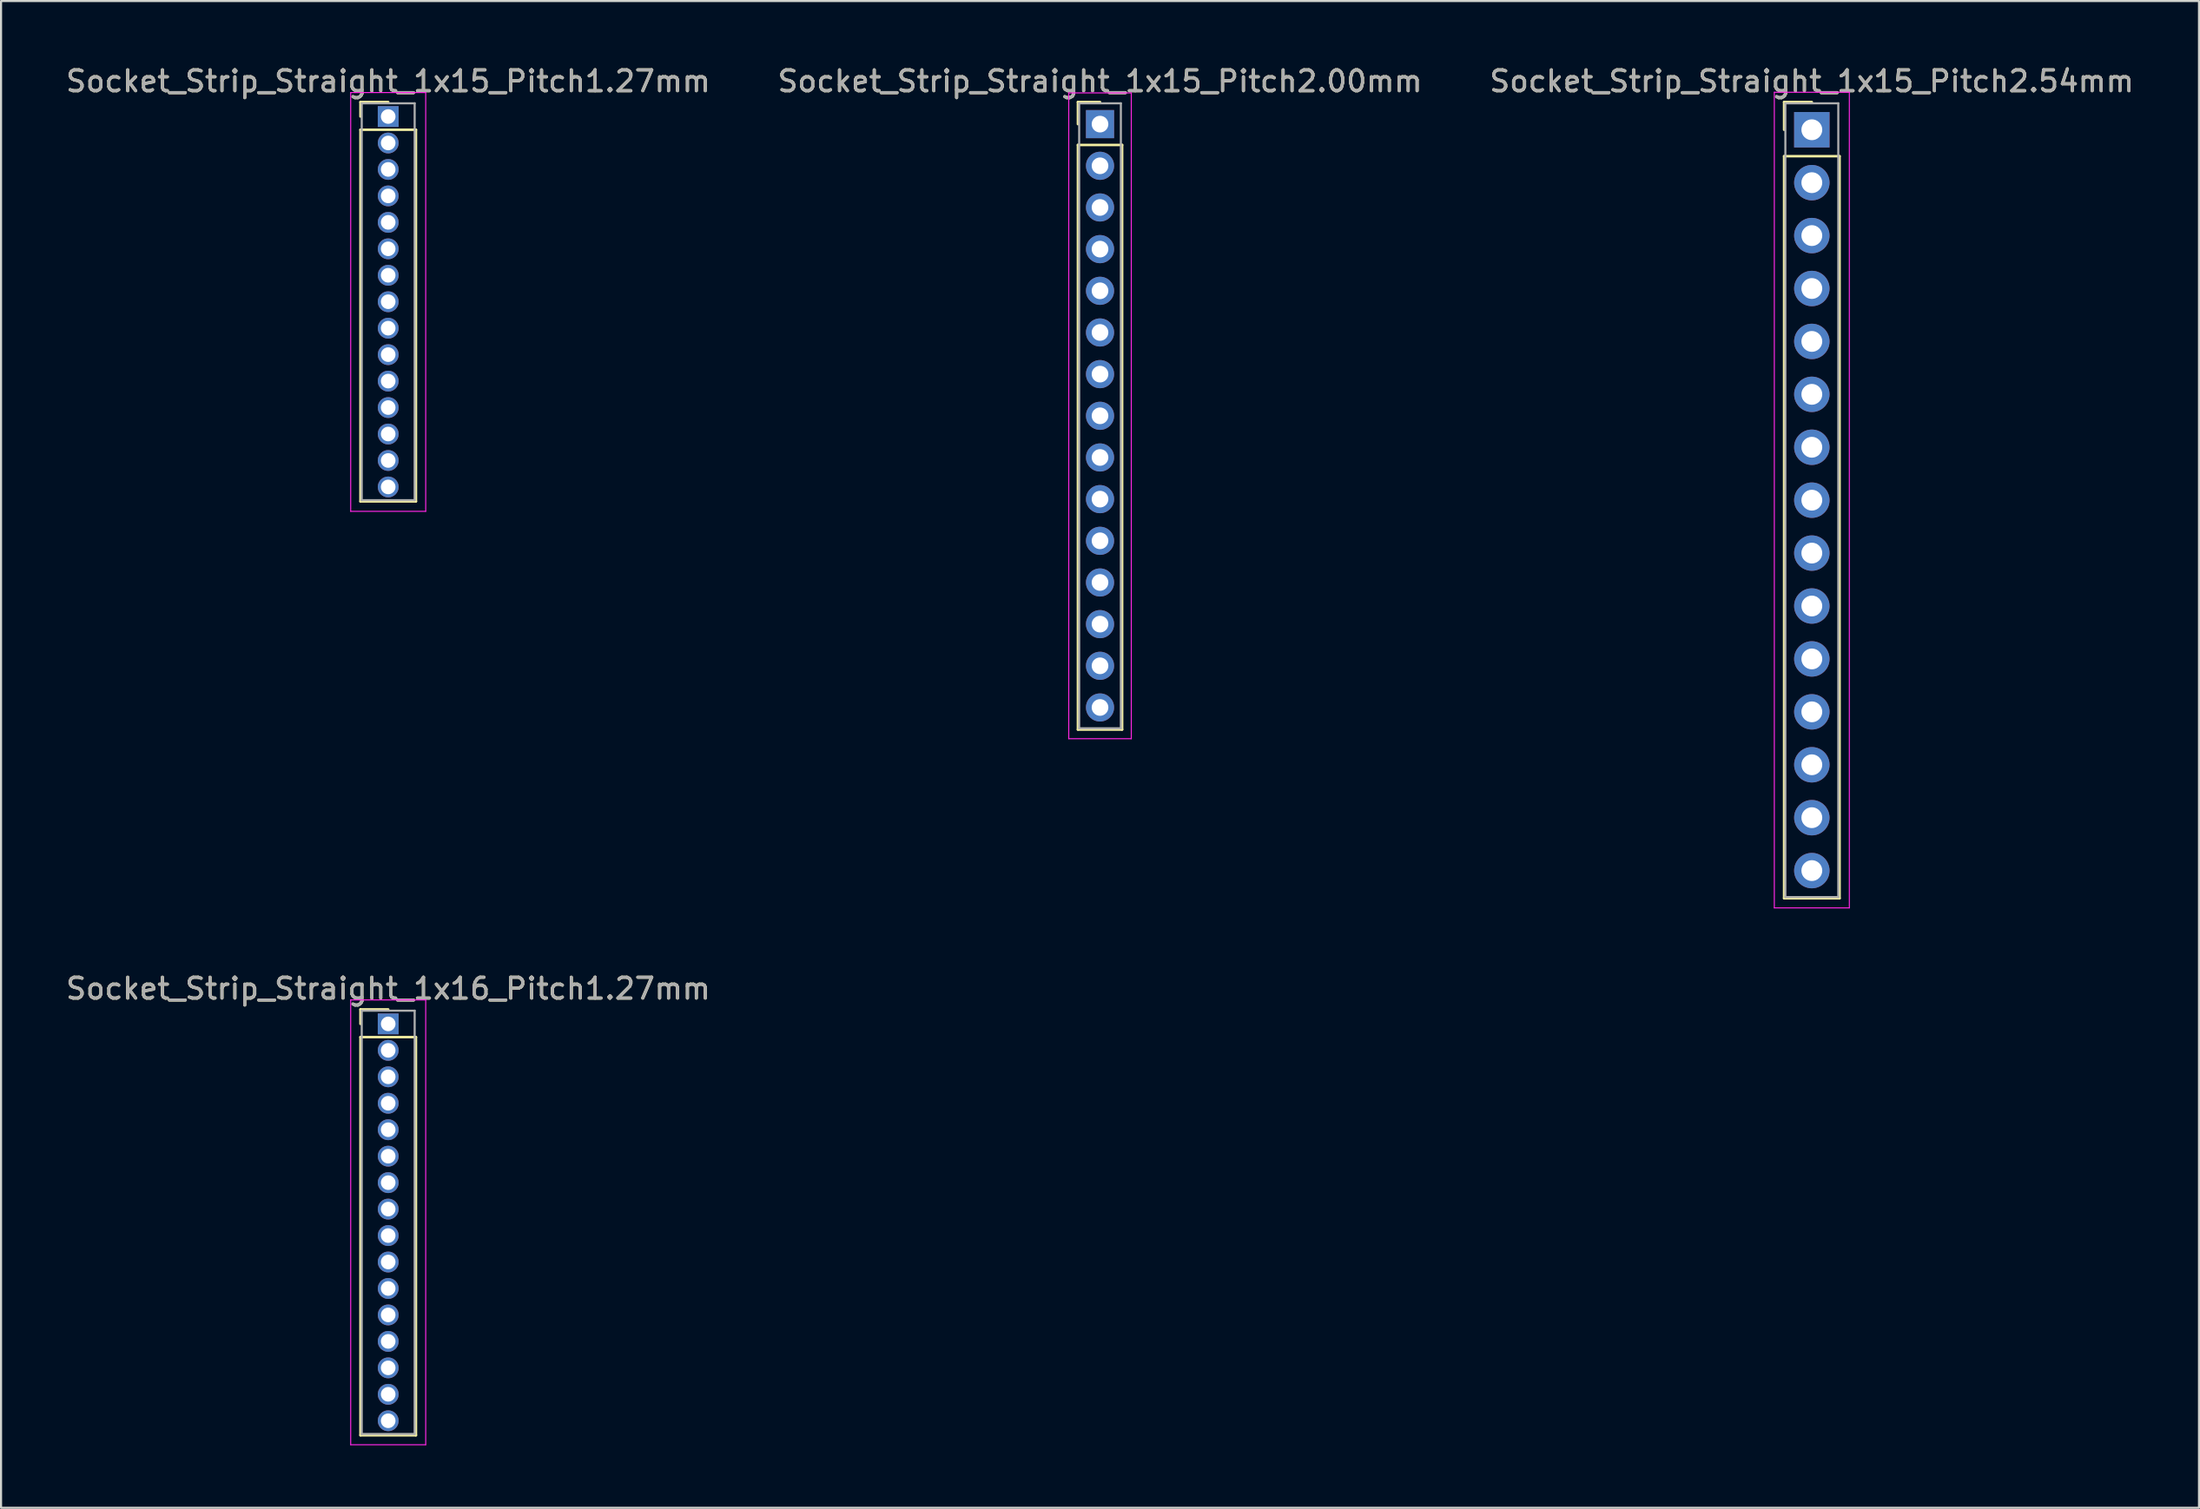
<source format=kicad_pcb>
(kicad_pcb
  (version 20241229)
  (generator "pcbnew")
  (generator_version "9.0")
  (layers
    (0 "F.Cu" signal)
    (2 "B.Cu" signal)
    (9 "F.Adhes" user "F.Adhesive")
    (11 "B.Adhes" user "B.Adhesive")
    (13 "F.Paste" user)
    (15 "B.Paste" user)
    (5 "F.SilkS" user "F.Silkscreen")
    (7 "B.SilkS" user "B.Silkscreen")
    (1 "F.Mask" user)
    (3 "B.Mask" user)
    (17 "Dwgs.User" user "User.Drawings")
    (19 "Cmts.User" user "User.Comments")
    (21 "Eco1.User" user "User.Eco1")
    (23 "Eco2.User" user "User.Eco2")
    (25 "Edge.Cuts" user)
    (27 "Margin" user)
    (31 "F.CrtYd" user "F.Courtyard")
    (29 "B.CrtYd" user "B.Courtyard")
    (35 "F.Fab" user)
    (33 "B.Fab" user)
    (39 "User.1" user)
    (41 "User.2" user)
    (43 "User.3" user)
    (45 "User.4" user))
  (footprint "Socket_Strip_Straight_1x15_Pitch1.27mm"
    (layer "F.Cu")
    (at 15.577 2.543)
    (property "Reference" "Socket_Strip_Straight_1x15_Pitch1.27mm" (at 0 -1.695 0) (layer "F.SilkS") (effects (font (size 1 1) (thickness 0.15))))
    (attr through_hole)
    (fp_line (start -1.33 -0.695) (end 0 -0.695) (stroke (width 0.12) (type solid)) (layer "F.SilkS"))
    (fp_line (start -1.33 0) (end -1.33 -0.695) (stroke (width 0.12) (type solid)) (layer "F.SilkS"))
    (fp_line (start -1.33 0.635) (end -1.33 18.475) (stroke (width 0.12) (type solid)) (layer "F.SilkS"))
    (fp_line (start -1.33 18.475) (end 1.33 18.475) (stroke (width 0.12) (type solid)) (layer "F.SilkS"))
    (fp_line (start 1.33 0.635) (end -1.33 0.635) (stroke (width 0.12) (type solid)) (layer "F.SilkS"))
    (fp_line (start 1.33 18.475) (end 1.33 0.635) (stroke (width 0.12) (type solid)) (layer "F.SilkS"))
    (fp_line (start -1.8 -1.15) (end -1.8 18.95) (stroke (width 0.05) (type solid)) (layer "F.CrtYd"))
    (fp_line (start -1.8 18.95) (end 1.8 18.95) (stroke (width 0.05) (type solid)) (layer "F.CrtYd"))
    (fp_line (start 1.8 -1.15) (end -1.8 -1.15) (stroke (width 0.05) (type solid)) (layer "F.CrtYd"))
    (fp_line (start 1.8 18.95) (end 1.8 -1.15) (stroke (width 0.05) (type solid)) (layer "F.CrtYd"))
    (fp_line (start -1.27 -0.635) (end -1.27 18.415) (stroke (width 0.1) (type solid)) (layer "F.Fab"))
    (fp_line (start -1.27 18.415) (end 1.27 18.415) (stroke (width 0.1) (type solid)) (layer "F.Fab"))
    (fp_line (start 1.27 -0.635) (end -1.27 -0.635) (stroke (width 0.1) (type solid)) (layer "F.Fab"))
    (fp_line (start 1.27 18.415) (end 1.27 -0.635) (stroke (width 0.1) (type solid)) (layer "F.Fab"))
    (fp_text user "${REFERENCE}" (at 0 -1.695 0) (layer "F.Fab") (effects (font (size 1 1) (thickness 0.15))))
    (pad "1" thru_hole rect (at 0 0) (size 1 1) (drill 0.7) (layers "*.Cu" "*.Mask"))
    (pad "2" thru_hole oval (at 0 1.27) (size 1 1) (drill 0.7) (layers "*.Cu" "*.Mask"))
    (pad "3" thru_hole oval (at 0 2.54) (size 1 1) (drill 0.7) (layers "*.Cu" "*.Mask"))
    (pad "4" thru_hole oval (at 0 3.81) (size 1 1) (drill 0.7) (layers "*.Cu" "*.Mask"))
    (pad "5" thru_hole oval (at 0 5.08) (size 1 1) (drill 0.7) (layers "*.Cu" "*.Mask"))
    (pad "6" thru_hole oval (at 0 6.35) (size 1 1) (drill 0.7) (layers "*.Cu" "*.Mask"))
    (pad "7" thru_hole oval (at 0 7.62) (size 1 1) (drill 0.7) (layers "*.Cu" "*.Mask"))
    (pad "8" thru_hole oval (at 0 8.89) (size 1 1) (drill 0.7) (layers "*.Cu" "*.Mask"))
    (pad "9" thru_hole oval (at 0 10.16) (size 1 1) (drill 0.7) (layers "*.Cu" "*.Mask"))
    (pad "10" thru_hole oval (at 0 11.43) (size 1 1) (drill 0.7) (layers "*.Cu" "*.Mask"))
    (pad "11" thru_hole oval (at 0 12.7) (size 1 1) (drill 0.7) (layers "*.Cu" "*.Mask"))
    (pad "12" thru_hole oval (at 0 13.97) (size 1 1) (drill 0.7) (layers "*.Cu" "*.Mask"))
    (pad "13" thru_hole oval (at 0 15.24) (size 1 1) (drill 0.7) (layers "*.Cu" "*.Mask"))
    (pad "14" thru_hole oval (at 0 16.51) (size 1 1) (drill 0.7) (layers "*.Cu" "*.Mask"))
    (pad "15" thru_hole oval (at 0 17.78) (size 1 1) (drill 0.7) (layers "*.Cu" "*.Mask")))
  (footprint "Socket_Strip_Straight_1x15_Pitch2.54mm"
    (layer "F.Cu")
    (at 83.887 3.178)
    (property "Reference" "Socket_Strip_Straight_1x15_Pitch2.54mm" (at 0 -2.33 0) (layer "F.SilkS") (effects (font (size 1 1) (thickness 0.15))))
    (attr through_hole)
    (fp_line (start -1.33 -1.33) (end 0 -1.33) (stroke (width 0.12) (type solid)) (layer "F.SilkS"))
    (fp_line (start -1.33 0) (end -1.33 -1.33) (stroke (width 0.12) (type solid)) (layer "F.SilkS"))
    (fp_line (start -1.33 1.27) (end -1.33 36.89) (stroke (width 0.12) (type solid)) (layer "F.SilkS"))
    (fp_line (start -1.33 36.89) (end 1.33 36.89) (stroke (width 0.12) (type solid)) (layer "F.SilkS"))
    (fp_line (start 1.33 1.27) (end -1.33 1.27) (stroke (width 0.12) (type solid)) (layer "F.SilkS"))
    (fp_line (start 1.33 36.89) (end 1.33 1.27) (stroke (width 0.12) (type solid)) (layer "F.SilkS"))
    (fp_line (start -1.8 -1.8) (end -1.8 37.35) (stroke (width 0.05) (type solid)) (layer "F.CrtYd"))
    (fp_line (start -1.8 37.35) (end 1.8 37.35) (stroke (width 0.05) (type solid)) (layer "F.CrtYd"))
    (fp_line (start 1.8 -1.8) (end -1.8 -1.8) (stroke (width 0.05) (type solid)) (layer "F.CrtYd"))
    (fp_line (start 1.8 37.35) (end 1.8 -1.8) (stroke (width 0.05) (type solid)) (layer "F.CrtYd"))
    (fp_line (start -1.27 -1.27) (end -1.27 36.83) (stroke (width 0.1) (type solid)) (layer "F.Fab"))
    (fp_line (start -1.27 36.83) (end 1.27 36.83) (stroke (width 0.1) (type solid)) (layer "F.Fab"))
    (fp_line (start 1.27 -1.27) (end -1.27 -1.27) (stroke (width 0.1) (type solid)) (layer "F.Fab"))
    (fp_line (start 1.27 36.83) (end 1.27 -1.27) (stroke (width 0.1) (type solid)) (layer "F.Fab"))
    (fp_text user "${REFERENCE}" (at 0 -2.33 0) (layer "F.Fab") (effects (font (size 1 1) (thickness 0.15))))
    (pad "1" thru_hole rect (at 0 0) (size 1.7 1.7) (drill 1) (layers "*.Cu" "*.Mask"))
    (pad "2" thru_hole oval (at 0 2.54) (size 1.7 1.7) (drill 1) (layers "*.Cu" "*.Mask"))
    (pad "3" thru_hole oval (at 0 5.08) (size 1.7 1.7) (drill 1) (layers "*.Cu" "*.Mask"))
    (pad "4" thru_hole oval (at 0 7.62) (size 1.7 1.7) (drill 1) (layers "*.Cu" "*.Mask"))
    (pad "5" thru_hole oval (at 0 10.16) (size 1.7 1.7) (drill 1) (layers "*.Cu" "*.Mask"))
    (pad "6" thru_hole oval (at 0 12.7) (size 1.7 1.7) (drill 1) (layers "*.Cu" "*.Mask"))
    (pad "7" thru_hole oval (at 0 15.24) (size 1.7 1.7) (drill 1) (layers "*.Cu" "*.Mask"))
    (pad "8" thru_hole oval (at 0 17.78) (size 1.7 1.7) (drill 1) (layers "*.Cu" "*.Mask"))
    (pad "9" thru_hole oval (at 0 20.32) (size 1.7 1.7) (drill 1) (layers "*.Cu" "*.Mask"))
    (pad "10" thru_hole oval (at 0 22.86) (size 1.7 1.7) (drill 1) (layers "*.Cu" "*.Mask"))
    (pad "11" thru_hole oval (at 0 25.4) (size 1.7 1.7) (drill 1) (layers "*.Cu" "*.Mask"))
    (pad "12" thru_hole oval (at 0 27.94) (size 1.7 1.7) (drill 1) (layers "*.Cu" "*.Mask"))
    (pad "13" thru_hole oval (at 0 30.48) (size 1.7 1.7) (drill 1) (layers "*.Cu" "*.Mask"))
    (pad "14" thru_hole oval (at 0 33.02) (size 1.7 1.7) (drill 1) (layers "*.Cu" "*.Mask"))
    (pad "15" thru_hole oval (at 0 35.56) (size 1.7 1.7) (drill 1) (layers "*.Cu" "*.Mask")))
  (footprint "Socket_Strip_Straight_1x15_Pitch2.00mm"
    (layer "F.Cu")
    (at 49.732 2.908)
    (property "Reference" "Socket_Strip_Straight_1x15_Pitch2.00mm" (at 0 -2.06 0) (layer "F.SilkS") (effects (font (size 1 1) (thickness 0.15))))
    (attr through_hole)
    (fp_line (start -1.06 -1.06) (end 0 -1.06) (stroke (width 0.12) (type solid)) (layer "F.SilkS"))
    (fp_line (start -1.06 0) (end -1.06 -1.06) (stroke (width 0.12) (type solid)) (layer "F.SilkS"))
    (fp_line (start -1.06 1) (end -1.06 29.06) (stroke (width 0.12) (type solid)) (layer "F.SilkS"))
    (fp_line (start -1.06 29.06) (end 1.06 29.06) (stroke (width 0.12) (type solid)) (layer "F.SilkS"))
    (fp_line (start 1.06 1) (end -1.06 1) (stroke (width 0.12) (type solid)) (layer "F.SilkS"))
    (fp_line (start 1.06 29.06) (end 1.06 1) (stroke (width 0.12) (type solid)) (layer "F.SilkS"))
    (fp_line (start -1.5 -1.5) (end -1.5 29.5) (stroke (width 0.05) (type solid)) (layer "F.CrtYd"))
    (fp_line (start -1.5 29.5) (end 1.5 29.5) (stroke (width 0.05) (type solid)) (layer "F.CrtYd"))
    (fp_line (start 1.5 -1.5) (end -1.5 -1.5) (stroke (width 0.05) (type solid)) (layer "F.CrtYd"))
    (fp_line (start 1.5 29.5) (end 1.5 -1.5) (stroke (width 0.05) (type solid)) (layer "F.CrtYd"))
    (fp_line (start -1 -1) (end -1 29) (stroke (width 0.1) (type solid)) (layer "F.Fab"))
    (fp_line (start -1 29) (end 1 29) (stroke (width 0.1) (type solid)) (layer "F.Fab"))
    (fp_line (start 1 -1) (end -1 -1) (stroke (width 0.1) (type solid)) (layer "F.Fab"))
    (fp_line (start 1 29) (end 1 -1) (stroke (width 0.1) (type solid)) (layer "F.Fab"))
    (fp_text user "${REFERENCE}" (at 0 -2.06 0) (layer "F.Fab") (effects (font (size 1 1) (thickness 0.15))))
    (pad "1" thru_hole rect (at 0 0) (size 1.35 1.35) (drill 0.8) (layers "*.Cu" "*.Mask"))
    (pad "2" thru_hole oval (at 0 2) (size 1.35 1.35) (drill 0.8) (layers "*.Cu" "*.Mask"))
    (pad "3" thru_hole oval (at 0 4) (size 1.35 1.35) (drill 0.8) (layers "*.Cu" "*.Mask"))
    (pad "4" thru_hole oval (at 0 6) (size 1.35 1.35) (drill 0.8) (layers "*.Cu" "*.Mask"))
    (pad "5" thru_hole oval (at 0 8) (size 1.35 1.35) (drill 0.8) (layers "*.Cu" "*.Mask"))
    (pad "6" thru_hole oval (at 0 10) (size 1.35 1.35) (drill 0.8) (layers "*.Cu" "*.Mask"))
    (pad "7" thru_hole oval (at 0 12) (size 1.35 1.35) (drill 0.8) (layers "*.Cu" "*.Mask"))
    (pad "8" thru_hole oval (at 0 14) (size 1.35 1.35) (drill 0.8) (layers "*.Cu" "*.Mask"))
    (pad "9" thru_hole oval (at 0 16) (size 1.35 1.35) (drill 0.8) (layers "*.Cu" "*.Mask"))
    (pad "10" thru_hole oval (at 0 18) (size 1.35 1.35) (drill 0.8) (layers "*.Cu" "*.Mask"))
    (pad "11" thru_hole oval (at 0 20) (size 1.35 1.35) (drill 0.8) (layers "*.Cu" "*.Mask"))
    (pad "12" thru_hole oval (at 0 22) (size 1.35 1.35) (drill 0.8) (layers "*.Cu" "*.Mask"))
    (pad "13" thru_hole oval (at 0 24) (size 1.35 1.35) (drill 0.8) (layers "*.Cu" "*.Mask"))
    (pad "14" thru_hole oval (at 0 26) (size 1.35 1.35) (drill 0.8) (layers "*.Cu" "*.Mask"))
    (pad "15" thru_hole oval (at 0 28) (size 1.35 1.35) (drill 0.8) (layers "*.Cu" "*.Mask")))
  (footprint "Socket_Strip_Straight_1x16_Pitch1.27mm"
    (layer "F.Cu")
    (at 15.577 46.096)
    (property "Reference" "Socket_Strip_Straight_1x16_Pitch1.27mm" (at 0 -1.695 0) (layer "F.SilkS") (effects (font (size 1 1) (thickness 0.15))))
    (attr through_hole)
    (fp_line (start -1.33 -0.695) (end 0 -0.695) (stroke (width 0.12) (type solid)) (layer "F.SilkS"))
    (fp_line (start -1.33 0) (end -1.33 -0.695) (stroke (width 0.12) (type solid)) (layer "F.SilkS"))
    (fp_line (start -1.33 0.635) (end -1.33 19.745) (stroke (width 0.12) (type solid)) (layer "F.SilkS"))
    (fp_line (start -1.33 19.745) (end 1.33 19.745) (stroke (width 0.12) (type solid)) (layer "F.SilkS"))
    (fp_line (start 1.33 0.635) (end -1.33 0.635) (stroke (width 0.12) (type solid)) (layer "F.SilkS"))
    (fp_line (start 1.33 19.745) (end 1.33 0.635) (stroke (width 0.12) (type solid)) (layer "F.SilkS"))
    (fp_line (start -1.8 -1.15) (end -1.8 20.2) (stroke (width 0.05) (type solid)) (layer "F.CrtYd"))
    (fp_line (start -1.8 20.2) (end 1.8 20.2) (stroke (width 0.05) (type solid)) (layer "F.CrtYd"))
    (fp_line (start 1.8 -1.15) (end -1.8 -1.15) (stroke (width 0.05) (type solid)) (layer "F.CrtYd"))
    (fp_line (start 1.8 20.2) (end 1.8 -1.15) (stroke (width 0.05) (type solid)) (layer "F.CrtYd"))
    (fp_line (start -1.27 -0.635) (end -1.27 19.685) (stroke (width 0.1) (type solid)) (layer "F.Fab"))
    (fp_line (start -1.27 19.685) (end 1.27 19.685) (stroke (width 0.1) (type solid)) (layer "F.Fab"))
    (fp_line (start 1.27 -0.635) (end -1.27 -0.635) (stroke (width 0.1) (type solid)) (layer "F.Fab"))
    (fp_line (start 1.27 19.685) (end 1.27 -0.635) (stroke (width 0.1) (type solid)) (layer "F.Fab"))
    (fp_text user "${REFERENCE}" (at 0 -1.695 0) (layer "F.Fab") (effects (font (size 1 1) (thickness 0.15))))
    (pad "1" thru_hole rect (at 0 0) (size 1 1) (drill 0.7) (layers "*.Cu" "*.Mask"))
    (pad "2" thru_hole oval (at 0 1.27) (size 1 1) (drill 0.7) (layers "*.Cu" "*.Mask"))
    (pad "3" thru_hole oval (at 0 2.54) (size 1 1) (drill 0.7) (layers "*.Cu" "*.Mask"))
    (pad "4" thru_hole oval (at 0 3.81) (size 1 1) (drill 0.7) (layers "*.Cu" "*.Mask"))
    (pad "5" thru_hole oval (at 0 5.08) (size 1 1) (drill 0.7) (layers "*.Cu" "*.Mask"))
    (pad "6" thru_hole oval (at 0 6.35) (size 1 1) (drill 0.7) (layers "*.Cu" "*.Mask"))
    (pad "7" thru_hole oval (at 0 7.62) (size 1 1) (drill 0.7) (layers "*.Cu" "*.Mask"))
    (pad "8" thru_hole oval (at 0 8.89) (size 1 1) (drill 0.7) (layers "*.Cu" "*.Mask"))
    (pad "9" thru_hole oval (at 0 10.16) (size 1 1) (drill 0.7) (layers "*.Cu" "*.Mask"))
    (pad "10" thru_hole oval (at 0 11.43) (size 1 1) (drill 0.7) (layers "*.Cu" "*.Mask"))
    (pad "11" thru_hole oval (at 0 12.7) (size 1 1) (drill 0.7) (layers "*.Cu" "*.Mask"))
    (pad "12" thru_hole oval (at 0 13.97) (size 1 1) (drill 0.7) (layers "*.Cu" "*.Mask"))
    (pad "13" thru_hole oval (at 0 15.24) (size 1 1) (drill 0.7) (layers "*.Cu" "*.Mask"))
    (pad "14" thru_hole oval (at 0 16.51) (size 1 1) (drill 0.7) (layers "*.Cu" "*.Mask"))
    (pad "15" thru_hole oval (at 0 17.78) (size 1 1) (drill 0.7) (layers "*.Cu" "*.Mask"))
    (pad "16" thru_hole oval (at 0 19.05) (size 1 1) (drill 0.7) (layers "*.Cu" "*.Mask")))
  (gr_rect
    (start -3 -3)
    (end 102.464 69.322)
    (stroke (width 0.1) (type default))
    (fill no)
    (layer "Edge.Cuts")))
</source>
